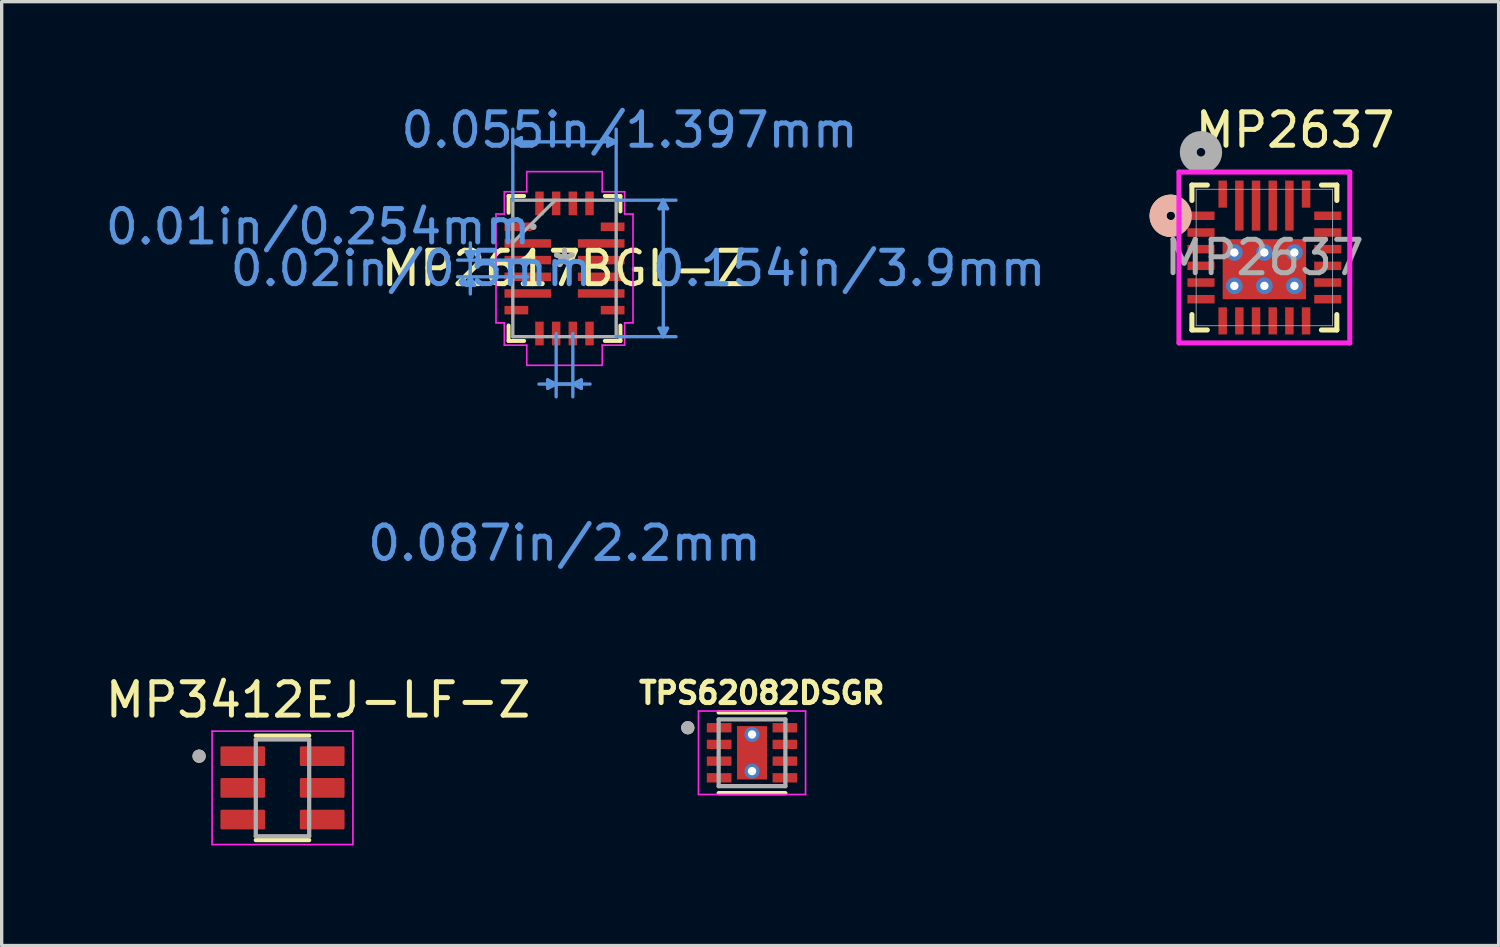
<source format=kicad_pcb>
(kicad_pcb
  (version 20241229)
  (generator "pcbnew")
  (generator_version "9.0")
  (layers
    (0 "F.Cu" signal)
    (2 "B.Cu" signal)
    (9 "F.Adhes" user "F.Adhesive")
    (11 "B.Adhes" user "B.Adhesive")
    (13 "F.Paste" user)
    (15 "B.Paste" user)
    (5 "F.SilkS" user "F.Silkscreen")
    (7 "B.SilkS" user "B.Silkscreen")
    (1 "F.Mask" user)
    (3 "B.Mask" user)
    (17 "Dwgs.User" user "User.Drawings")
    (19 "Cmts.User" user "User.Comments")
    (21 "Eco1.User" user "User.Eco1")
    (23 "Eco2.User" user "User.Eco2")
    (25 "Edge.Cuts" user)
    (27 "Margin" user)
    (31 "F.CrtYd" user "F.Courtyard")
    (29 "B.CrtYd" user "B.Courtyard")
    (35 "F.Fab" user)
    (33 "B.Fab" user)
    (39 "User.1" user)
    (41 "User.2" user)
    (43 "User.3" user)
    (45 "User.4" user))
  (footprint "TPS62082DSGR"
    (layer "F.Cu")
    (at 19.49 19.512)
    (property "Reference" "TPS62082DSGR" (at 0.292 -1.793 0) (layer "F.SilkS") (effects (font (size 0.64 0.64) (thickness 0.15))))
    (attr smd)
    (fp_line (start -1 -1.21) (end 1 -1.21) (stroke (width 0.127) (type solid)) (layer "F.SilkS"))
    (fp_line (start -1 1.21) (end 1 1.21) (stroke (width 0.127) (type solid)) (layer "F.SilkS"))
    (fp_circle (center -1.925 -0.75) (end -1.825 -0.75) (stroke (width 0.2) (type solid)) (fill no) (layer "F.SilkS"))
    (fp_poly (pts (xy -0.28 -0.51) (xy 0.28 -0.51) (xy 0.28 0.51) (xy -0.28 0.51)) (stroke (width 0.01) (type solid)) (fill yes) (layer "F.Paste"))
    (fp_line (start -1.605 -1.25) (end -1.605 1.25) (stroke (width 0.05) (type solid)) (layer "F.CrtYd"))
    (fp_line (start -1.605 -1.25) (end 1.605 -1.25) (stroke (width 0.05) (type solid)) (layer "F.CrtYd"))
    (fp_line (start -1.605 1.25) (end 1.605 1.25) (stroke (width 0.05) (type solid)) (layer "F.CrtYd"))
    (fp_line (start 1.605 -1.25) (end 1.605 1.25) (stroke (width 0.05) (type solid)) (layer "F.CrtYd"))
    (fp_line (start -1 -1) (end -1 1) (stroke (width 0.127) (type solid)) (layer "F.Fab"))
    (fp_line (start -1 -1) (end 1 -1) (stroke (width 0.127) (type solid)) (layer "F.Fab"))
    (fp_line (start -1 1) (end 1 1) (stroke (width 0.127) (type solid)) (layer "F.Fab"))
    (fp_line (start 1 -1) (end 1 1) (stroke (width 0.127) (type solid)) (layer "F.Fab"))
    (fp_circle (center -1.925 -0.75) (end -1.825 -0.75) (stroke (width 0.2) (type solid)) (fill no) (layer "F.Fab"))
    (pad "1" smd roundrect (at -0.985 -0.75) (size 0.74 0.28) (layers "F.Cu" "F.Mask" "F.Paste") (roundrect_rratio 0.04))
    (pad "2" smd roundrect (at -0.985 -0.25) (size 0.74 0.28) (layers "F.Cu" "F.Mask" "F.Paste") (roundrect_rratio 0.04))
    (pad "3" smd roundrect (at -0.985 0.25) (size 0.74 0.28) (layers "F.Cu" "F.Mask" "F.Paste") (roundrect_rratio 0.04))
    (pad "4" smd roundrect (at -0.985 0.75) (size 0.74 0.28) (layers "F.Cu" "F.Mask" "F.Paste") (roundrect_rratio 0.04))
    (pad "5" smd roundrect (at 0.985 0.75) (size 0.74 0.28) (layers "F.Cu" "F.Mask" "F.Paste") (roundrect_rratio 0.04))
    (pad "6" smd roundrect (at 0.985 0.25) (size 0.74 0.28) (layers "F.Cu" "F.Mask" "F.Paste") (roundrect_rratio 0.04))
    (pad "7" smd roundrect (at 0.985 -0.25) (size 0.74 0.28) (layers "F.Cu" "F.Mask" "F.Paste") (roundrect_rratio 0.04))
    (pad "8" smd roundrect (at 0.985 -0.75) (size 0.74 0.28) (layers "F.Cu" "F.Mask" "F.Paste") (roundrect_rratio 0.04))
    (pad "9" smd rect (at 0 0) (size 0.9 1.6) (layers "F.Cu" "F.Mask"))
    (pad "9_1" thru_hole circle (at 0 -0.55) (size 0.45 0.45) (drill 0.25) (layers "*.Cu"))
    (pad "9_2" thru_hole circle (at 0 0.55) (size 0.45 0.45) (drill 0.25) (layers "*.Cu")))
  (footprint "MP2637"
    (layer "F.Cu")
    (at 34.846 4.668)
    (property "Reference" "MP2637" (at 0.92 -3.82 0) (unlocked yes) (layer "F.SilkS") (effects (font (size 1 1) (thickness 0.15))))
    (attr smd)
    (fp_line (start -2.172 -2.172) (end -2.172 -1.71) (stroke (width 0.152) (type solid)) (layer "F.SilkS"))
    (fp_line (start -2.172 1.71) (end -2.172 2.172) (stroke (width 0.152) (type solid)) (layer "F.SilkS"))
    (fp_line (start -2.172 2.172) (end -1.71 2.172) (stroke (width 0.152) (type solid)) (layer "F.SilkS"))
    (fp_line (start -1.71 -2.172) (end -2.172 -2.172) (stroke (width 0.152) (type solid)) (layer "F.SilkS"))
    (fp_line (start 1.71 2.172) (end 2.172 2.172) (stroke (width 0.152) (type solid)) (layer "F.SilkS"))
    (fp_line (start 2.172 -2.172) (end 1.71 -2.172) (stroke (width 0.152) (type solid)) (layer "F.SilkS"))
    (fp_line (start 2.172 -1.71) (end 2.172 -2.172) (stroke (width 0.152) (type solid)) (layer "F.SilkS"))
    (fp_line (start 2.172 2.172) (end 2.172 1.71) (stroke (width 0.152) (type solid)) (layer "F.SilkS"))
    (fp_arc (start -2.816939 -0.869138) (mid -3.18629 -1.282753) (end -2.751548 -1.626987) (stroke (width 0.508) (type solid)) (layer "F.SilkS"))
    (fp_circle (center -2.807 -1.25) (end -2.426 -1.25) (stroke (width 0.508) (type solid)) (fill no) (layer "B.SilkS"))
    (fp_line (start -2.56 -2.56) (end -2.56 2.56) (stroke (width 0.152) (type solid)) (layer "F.CrtYd"))
    (fp_line (start -2.56 2.56) (end 2.56 2.56) (stroke (width 0.152) (type solid)) (layer "F.CrtYd"))
    (fp_line (start 2.56 -2.56) (end -2.56 -2.56) (stroke (width 0.152) (type solid)) (layer "F.CrtYd"))
    (fp_line (start 2.56 2.56) (end 2.56 -2.56) (stroke (width 0.152) (type solid)) (layer "F.CrtYd"))
    (fp_line (start -2.045 -2.045) (end -2.045 2.045) (stroke (width 0.025) (type solid)) (layer "F.Fab"))
    (fp_line (start -2.045 2.045) (end 2.045 2.045) (stroke (width 0.025) (type solid)) (layer "F.Fab"))
    (fp_line (start 2.045 -2.045) (end -2.045 -2.045) (stroke (width 0.025) (type solid)) (layer "F.Fab"))
    (fp_line (start 2.045 2.045) (end 2.045 -2.045) (stroke (width 0.025) (type solid)) (layer "F.Fab"))
    (fp_circle (center -1.9 -3.155) (end -1.519 -3.155) (stroke (width 0.508) (type solid)) (fill no) (layer "F.Fab"))
    (fp_text user "${REFERENCE}" (at 0 0 0) (unlocked yes) (layer "F.Fab") (effects (font (size 1 1) (thickness 0.15))))
    (pad "1" smd rect (at -1.9 -1.25) (size 0.813 0.254) (layers "F.Cu" "F.Mask" "F.Paste"))
    (pad "2" smd rect (at -1.9 -0.75) (size 0.813 0.254) (layers "F.Cu" "F.Mask" "F.Paste"))
    (pad "3" smd rect (at -1.9 -0.25) (size 0.813 0.254) (layers "F.Cu" "F.Mask" "F.Paste"))
    (pad "4" smd rect (at -1.9 0.25) (size 0.813 0.254) (layers "F.Cu" "F.Mask" "F.Paste"))
    (pad "5" smd rect (at -1.9 0.75) (size 0.813 0.254) (layers "F.Cu" "F.Mask" "F.Paste"))
    (pad "6" smd rect (at -1.9 1.25) (size 0.813 0.254) (layers "F.Cu" "F.Mask" "F.Paste"))
    (pad "7" smd rect (at -1.25 1.9) (size 0.254 0.813) (layers "F.Cu" "F.Mask" "F.Paste"))
    (pad "8" smd rect (at -0.75 1.9) (size 0.254 0.813) (layers "F.Cu" "F.Mask" "F.Paste"))
    (pad "9" smd rect (at -0.25 1.9) (size 0.254 0.813) (layers "F.Cu" "F.Mask" "F.Paste"))
    (pad "10" smd rect (at 0.25 1.9) (size 0.254 0.813) (layers "F.Cu" "F.Mask" "F.Paste"))
    (pad "11" smd rect (at 0.75 1.9) (size 0.254 0.813) (layers "F.Cu" "F.Mask" "F.Paste"))
    (pad "12" smd rect (at 1.25 1.9) (size 0.254 0.813) (layers "F.Cu" "F.Mask" "F.Paste"))
    (pad "13" smd rect (at 1.9 1.25) (size 0.813 0.254) (layers "F.Cu" "F.Mask" "F.Paste"))
    (pad "14" smd rect (at 1.9 0.75) (size 0.813 0.254) (layers "F.Cu" "F.Mask" "F.Paste"))
    (pad "15" smd rect (at 1.9 0.25) (size 0.813 0.254) (layers "F.Cu" "F.Mask" "F.Paste"))
    (pad "16" smd rect (at 1.9 -0.25) (size 0.813 0.254) (layers "F.Cu" "F.Mask" "F.Paste"))
    (pad "17" smd rect (at 1.9 -0.75) (size 0.813 0.254) (layers "F.Cu" "F.Mask" "F.Paste"))
    (pad "18" smd rect (at 1.9 -1.25) (size 0.813 0.254) (layers "F.Cu" "F.Mask" "F.Paste"))
    (pad "19" smd rect (at 1.25 -1.9) (size 0.254 0.813) (layers "F.Cu" "F.Mask" "F.Paste"))
    (pad "20" smd rect (at 0.75 -1.557) (size 0.254 1.499) (layers "F.Cu" "F.Mask" "F.Paste"))
    (pad "21" smd rect (at 0.25 -1.557) (size 0.254 1.499) (layers "F.Cu" "F.Mask" "F.Paste"))
    (pad "22" smd rect (at -0.25 -1.557) (size 0.254 1.499) (layers "F.Cu" "F.Mask" "F.Paste"))
    (pad "23" smd rect (at -0.75 -1.557) (size 0.254 1.499) (layers "F.Cu" "F.Mask" "F.Paste"))
    (pad "24" smd rect (at -1.25 -1.9) (size 0.254 0.813) (layers "F.Cu" "F.Mask" "F.Paste"))
    (pad "24" thru_hole circle (at -0.9 -0.15) (size 0.5 0.5) (drill 0.25) (layers "*.Cu" "*.Mask"))
    (pad "24" thru_hole circle (at -0.9 0.85) (size 0.5 0.5) (drill 0.25) (layers "*.Cu" "*.Mask"))
    (pad "24" thru_hole circle (at 0 -0.15) (size 0.5 0.5) (drill 0.25) (layers "*.Cu" "*.Mask"))
    (pad "24" smd custom (at 0 0.35) (size 2.5 1.8) (layers "F.Cu" "F.Mask") (options (anchor rect)) (primitives))
    (pad "24" thru_hole circle (at 0 0.85) (size 0.5 0.5) (drill 0.25) (layers "*.Cu" "*.Mask"))
    (pad "24" thru_hole circle (at 0.9 -0.15) (size 0.5 0.5) (drill 0.25) (layers "*.Cu" "*.Mask"))
    (pad "24" thru_hole circle (at 0.9 0.85) (size 0.5 0.5) (drill 0.25) (layers "*.Cu" "*.Mask")))
  (footprint "MP2617BGL-Z"
    (layer "F.Cu")
    (at 13.869 4.996)
    (property "Reference" "MP2617BGL-Z" (at 0 0 0) (layer "F.SilkS") (effects (font (size 1 1) (thickness 0.15))))
    (attr through_hole)
    (fp_line (start -1.676 -2.172) (end -1.676 -1.67) (stroke (width 0.12) (type solid)) (layer "F.SilkS"))
    (fp_line (start -1.676 1.71) (end -1.676 2.172) (stroke (width 0.12) (type solid)) (layer "F.SilkS"))
    (fp_line (start -1.676 2.172) (end -1.21 2.172) (stroke (width 0.12) (type solid)) (layer "F.SilkS"))
    (fp_line (start -1.21 -2.172) (end -1.676 -2.172) (stroke (width 0.12) (type solid)) (layer "F.SilkS"))
    (fp_line (start 1.21 2.172) (end 1.676 2.172) (stroke (width 0.12) (type solid)) (layer "F.SilkS"))
    (fp_line (start 1.676 -2.172) (end 1.21 -2.172) (stroke (width 0.12) (type solid)) (layer "F.SilkS"))
    (fp_line (start 1.676 -1.71) (end 1.676 -2.172) (stroke (width 0.12) (type solid)) (layer "F.SilkS"))
    (fp_line (start 1.676 2.172) (end 1.676 1.71) (stroke (width 0.12) (type solid)) (layer "F.SilkS"))
    (fp_line (start -2.949 -0.504) (end -2.822 -0.25) (stroke (width 0.1) (type solid)) (layer "Cmts.User"))
    (fp_line (start -2.949 0.504) (end -2.822 0.25) (stroke (width 0.1) (type solid)) (layer "Cmts.User"))
    (fp_line (start -2.949 0.504) (end -2.695 0.504) (stroke (width 0.1) (type solid)) (layer "Cmts.User"))
    (fp_line (start -2.822 -0.766) (end -2.822 0.25) (stroke (width 0.1) (type solid)) (layer "Cmts.User"))
    (fp_line (start -2.822 0.766) (end -2.822 -0.25) (stroke (width 0.1) (type solid)) (layer "Cmts.User"))
    (fp_line (start -2.695 -0.504) (end -2.949 -0.504) (stroke (width 0.1) (type solid)) (layer "Cmts.User"))
    (fp_line (start -2.695 -0.504) (end -2.822 -0.25) (stroke (width 0.1) (type solid)) (layer "Cmts.User"))
    (fp_line (start -2.695 0.504) (end -2.822 0.25) (stroke (width 0.1) (type solid)) (layer "Cmts.User"))
    (fp_line (start -1.549 -3.794) (end 1.549 -3.794) (stroke (width 0.1) (type solid)) (layer "Cmts.User"))
    (fp_line (start -1.549 -2.045) (end -1.549 -4.175) (stroke (width 0.1) (type solid)) (layer "Cmts.User"))
    (fp_line (start -1.295 -3.921) (end -1.549 -3.794) (stroke (width 0.1) (type solid)) (layer "Cmts.User"))
    (fp_line (start -1.295 -3.667) (end -1.549 -3.794) (stroke (width 0.1) (type solid)) (layer "Cmts.User"))
    (fp_line (start -1.295 -3.667) (end -1.295 -3.921) (stroke (width 0.1) (type solid)) (layer "Cmts.User"))
    (fp_line (start -1.1 -0.25) (end -3.203 -0.25) (stroke (width 0.1) (type solid)) (layer "Cmts.User"))
    (fp_line (start -1.1 0.25) (end -3.203 0.25) (stroke (width 0.1) (type solid)) (layer "Cmts.User"))
    (fp_line (start -0.766 3.466) (end 0.25 3.466) (stroke (width 0.1) (type solid)) (layer "Cmts.User"))
    (fp_line (start -0.504 3.593) (end -0.25 3.466) (stroke (width 0.1) (type solid)) (layer "Cmts.User"))
    (fp_line (start -0.504 3.339) (end -0.504 3.593) (stroke (width 0.1) (type solid)) (layer "Cmts.User"))
    (fp_line (start -0.504 3.339) (end -0.25 3.466) (stroke (width 0.1) (type solid)) (layer "Cmts.User"))
    (fp_line (start -0.25 1.95) (end -0.25 3.847) (stroke (width 0.1) (type solid)) (layer "Cmts.User"))
    (fp_line (start 0.25 1.95) (end 0.25 3.847) (stroke (width 0.1) (type solid)) (layer "Cmts.User"))
    (fp_line (start 0.504 3.593) (end 0.25 3.466) (stroke (width 0.1) (type solid)) (layer "Cmts.User"))
    (fp_line (start 0.504 3.593) (end 0.504 3.339) (stroke (width 0.1) (type solid)) (layer "Cmts.User"))
    (fp_line (start 0.504 3.339) (end 0.25 3.466) (stroke (width 0.1) (type solid)) (layer "Cmts.User"))
    (fp_line (start 0.766 3.466) (end -0.25 3.466) (stroke (width 0.1) (type solid)) (layer "Cmts.User"))
    (fp_line (start 1.295 -3.921) (end 1.295 -3.667) (stroke (width 0.1) (type solid)) (layer "Cmts.User"))
    (fp_line (start 1.295 -3.921) (end 1.549 -3.794) (stroke (width 0.1) (type solid)) (layer "Cmts.User"))
    (fp_line (start 1.295 -3.667) (end 1.549 -3.794) (stroke (width 0.1) (type solid)) (layer "Cmts.User"))
    (fp_line (start 1.549 -2.045) (end 1.549 -4.175) (stroke (width 0.1) (type solid)) (layer "Cmts.User"))
    (fp_line (start 1.549 -2.045) (end 3.342 -2.045) (stroke (width 0.1) (type solid)) (layer "Cmts.User"))
    (fp_line (start 1.549 2.045) (end 3.342 2.045) (stroke (width 0.1) (type solid)) (layer "Cmts.User"))
    (fp_line (start 2.834 1.791) (end 2.961 2.045) (stroke (width 0.1) (type solid)) (layer "Cmts.User"))
    (fp_line (start 2.834 -1.791) (end 2.961 -2.045) (stroke (width 0.1) (type solid)) (layer "Cmts.User"))
    (fp_line (start 2.834 -1.791) (end 3.088 -1.791) (stroke (width 0.1) (type solid)) (layer "Cmts.User"))
    (fp_line (start 2.961 -2.045) (end 2.961 2.045) (stroke (width 0.1) (type solid)) (layer "Cmts.User"))
    (fp_line (start 3.088 1.791) (end 2.834 1.791) (stroke (width 0.1) (type solid)) (layer "Cmts.User"))
    (fp_line (start 3.088 1.791) (end 2.961 2.045) (stroke (width 0.1) (type solid)) (layer "Cmts.User"))
    (fp_line (start 3.088 -1.791) (end 2.961 -2.045) (stroke (width 0.1) (type solid)) (layer "Cmts.User"))
    (fp_line (start -2.053 -1.631) (end -2.053 1.631) (stroke (width 0.05) (type solid)) (layer "F.CrtYd"))
    (fp_line (start -2.053 -1.631) (end -1.803 -1.631) (stroke (width 0.05) (type solid)) (layer "F.CrtYd"))
    (fp_line (start -2.053 1.631) (end -1.803 1.631) (stroke (width 0.05) (type solid)) (layer "F.CrtYd"))
    (fp_line (start -1.803 -2.299) (end -1.131 -2.299) (stroke (width 0.05) (type solid)) (layer "F.CrtYd"))
    (fp_line (start -1.803 -1.631) (end -1.803 -2.299) (stroke (width 0.05) (type solid)) (layer "F.CrtYd"))
    (fp_line (start -1.803 1.631) (end -1.803 2.299) (stroke (width 0.05) (type solid)) (layer "F.CrtYd"))
    (fp_line (start -1.131 -2.902) (end 1.131 -2.902) (stroke (width 0.05) (type solid)) (layer "F.CrtYd"))
    (fp_line (start -1.131 -2.299) (end -1.131 -2.902) (stroke (width 0.05) (type solid)) (layer "F.CrtYd"))
    (fp_line (start -1.131 2.299) (end -1.803 2.299) (stroke (width 0.05) (type solid)) (layer "F.CrtYd"))
    (fp_line (start -1.131 2.902) (end -1.131 2.299) (stroke (width 0.05) (type solid)) (layer "F.CrtYd"))
    (fp_line (start 1.131 -2.902) (end 1.131 -2.299) (stroke (width 0.05) (type solid)) (layer "F.CrtYd"))
    (fp_line (start 1.131 -2.299) (end 1.803 -2.299) (stroke (width 0.05) (type solid)) (layer "F.CrtYd"))
    (fp_line (start 1.131 2.299) (end 1.131 2.902) (stroke (width 0.05) (type solid)) (layer "F.CrtYd"))
    (fp_line (start 1.131 2.902) (end -1.131 2.902) (stroke (width 0.05) (type solid)) (layer "F.CrtYd"))
    (fp_line (start 1.803 -2.299) (end 1.803 -1.631) (stroke (width 0.05) (type solid)) (layer "F.CrtYd"))
    (fp_line (start 1.803 -1.631) (end 2.053 -1.631) (stroke (width 0.05) (type solid)) (layer "F.CrtYd"))
    (fp_line (start 1.803 1.631) (end 1.803 2.299) (stroke (width 0.05) (type solid)) (layer "F.CrtYd"))
    (fp_line (start 1.803 2.299) (end 1.131 2.299) (stroke (width 0.05) (type solid)) (layer "F.CrtYd"))
    (fp_line (start 2.053 -1.631) (end 2.053 1.631) (stroke (width 0.05) (type solid)) (layer "F.CrtYd"))
    (fp_line (start 2.053 1.631) (end 1.803 1.631) (stroke (width 0.05) (type solid)) (layer "F.CrtYd"))
    (fp_line (start -1.549 -2.045) (end -1.549 2.045) (stroke (width 0.1) (type solid)) (layer "F.Fab"))
    (fp_line (start -1.549 -0.775) (end -0.279 -2.045) (stroke (width 0.1) (type solid)) (layer "F.Fab"))
    (fp_line (start -1.549 2.045) (end 1.549 2.045) (stroke (width 0.1) (type solid)) (layer "F.Fab"))
    (fp_line (start 1.549 -2.045) (end -1.549 -2.045) (stroke (width 0.1) (type solid)) (layer "F.Fab"))
    (fp_line (start 1.549 2.045) (end 1.549 -2.045) (stroke (width 0.1) (type solid)) (layer "F.Fab"))
    (fp_circle (center -0.935 -1.25) (end -0.935 -1.25) (stroke (width 0.1) (type solid)) (fill no) (layer "F.Fab"))
    (fp_text user "*" (at 0 0 0) (layer "F.SilkS") (effects (font (size 1 1) (thickness 0.15))))
    (fp_text user "0.087in/2.2mm" (at 0 8.236 0) (layer "Cmts.User") (effects (font (size 1 1) (thickness 0.15))))
    (fp_text user "0.154in/3.9mm" (at 8.53 0 0) (layer "Cmts.User") (effects (font (size 1 1) (thickness 0.15))))
    (fp_text user "0.01in/0.254mm" (at -7.386 -1.25 0) (layer "Cmts.User") (effects (font (size 1 1) (thickness 0.15))))
    (fp_text user "Copyright 2021 Accelerated Designs. All rights reserved." (at 0 0 0) (layer "Cmts.User") (effects (font (size 0.127 0.127) (thickness 0.002))))
    (fp_text user "0.02in/0.5mm" (at -4.597 0 0) (layer "Cmts.User") (effects (font (size 1 1) (thickness 0.15))))
    (fp_text user "0.055in/1.397mm" (at 1.95 -4.148 0) (layer "Cmts.User") (effects (font (size 1 1) (thickness 0.15))))
    (fp_text user "*" (at 0 0 0) (layer "F.Fab") (effects (font (size 1 1) (thickness 0.15))))
    (pad "1" smd rect (at -1.392 -1.25) (size 0.813 0.254) (layers "F.Cu" "F.Mask" "F.Paste"))
    (pad "2" smd rect (at -1.1 -0.75) (size 1.397 0.254) (layers "F.Cu" "F.Mask" "F.Paste"))
    (pad "3" smd rect (at -1.1 -0.25) (size 1.397 0.254) (layers "F.Cu" "F.Mask" "F.Paste"))
    (pad "4" smd rect (at -1.1 0.25) (size 1.397 0.254) (layers "F.Cu" "F.Mask" "F.Paste"))
    (pad "5" smd rect (at -1.1 0.75) (size 1.397 0.254) (layers "F.Cu" "F.Mask" "F.Paste"))
    (pad "6" smd rect (at -1.443 1.25) (size 0.711 0.254) (layers "F.Cu" "F.Mask" "F.Paste"))
    (pad "7" smd rect (at -0.75 1.95 90) (size 0.711 0.254) (layers "F.Cu" "F.Mask" "F.Paste"))
    (pad "8" smd rect (at -0.25 1.95 90) (size 0.711 0.254) (layers "F.Cu" "F.Mask" "F.Paste"))
    (pad "9" smd rect (at 0.25 1.95 90) (size 0.711 0.254) (layers "F.Cu" "F.Mask" "F.Paste"))
    (pad "10" smd rect (at 0.75 1.95 90) (size 0.711 0.254) (layers "F.Cu" "F.Mask" "F.Paste"))
    (pad "11" smd rect (at 1.443 1.25) (size 0.711 0.254) (layers "F.Cu" "F.Mask" "F.Paste"))
    (pad "12" smd rect (at 1.1 0.75) (size 1.397 0.254) (layers "F.Cu" "F.Mask" "F.Paste"))
    (pad "13" smd rect (at 1.1 0.25) (size 1.397 0.254) (layers "F.Cu" "F.Mask" "F.Paste"))
    (pad "14" smd rect (at 1.1 -0.25) (size 1.397 0.254) (layers "F.Cu" "F.Mask" "F.Paste"))
    (pad "15" smd rect (at 1.1 -0.75) (size 1.397 0.254) (layers "F.Cu" "F.Mask" "F.Paste"))
    (pad "16" smd rect (at 1.443 -1.25) (size 0.711 0.254) (layers "F.Cu" "F.Mask" "F.Paste"))
    (pad "17" smd rect (at 0.75 -1.95 90) (size 0.711 0.254) (layers "F.Cu" "F.Mask" "F.Paste"))
    (pad "18" smd rect (at 0.25 -1.95 90) (size 0.711 0.254) (layers "F.Cu" "F.Mask" "F.Paste"))
    (pad "19" smd rect (at -0.25 -1.95 90) (size 0.711 0.254) (layers "F.Cu" "F.Mask" "F.Paste"))
    (pad "20" smd rect (at -0.75 -1.95 90) (size 0.711 0.254) (layers "F.Cu" "F.Mask" "F.Paste")))
  (footprint "MP3412EJ-LF-Z"
    (layer "F.Cu")
    (at 5.417 20.564)
    (property "Reference" "MP3412EJ-LF-Z" (at 1.065 -2.635 0) (layer "F.SilkS") (effects (font (size 1 1) (thickness 0.15))))
    (attr smd)
    (fp_line (start -0.8 -1.565) (end 0.8 -1.565) (stroke (width 0.127) (type solid)) (layer "F.SilkS"))
    (fp_line (start 0.8 1.565) (end -0.8 1.565) (stroke (width 0.127) (type solid)) (layer "F.SilkS"))
    (fp_circle (center -2.5 -0.95) (end -2.4 -0.95) (stroke (width 0.2) (type solid)) (fill no) (layer "F.SilkS"))
    (fp_line (start -2.11 -1.7) (end 2.11 -1.7) (stroke (width 0.05) (type solid)) (layer "F.CrtYd"))
    (fp_line (start -2.11 1.7) (end -2.11 -1.7) (stroke (width 0.05) (type solid)) (layer "F.CrtYd"))
    (fp_line (start 2.11 -1.7) (end 2.11 1.7) (stroke (width 0.05) (type solid)) (layer "F.CrtYd"))
    (fp_line (start 2.11 1.7) (end -2.11 1.7) (stroke (width 0.05) (type solid)) (layer "F.CrtYd"))
    (fp_line (start -0.8 -1.45) (end 0.8 -1.45) (stroke (width 0.127) (type solid)) (layer "F.Fab"))
    (fp_line (start -0.8 1.45) (end -0.8 -1.45) (stroke (width 0.127) (type solid)) (layer "F.Fab"))
    (fp_line (start 0.8 -1.45) (end 0.8 1.45) (stroke (width 0.127) (type solid)) (layer "F.Fab"))
    (fp_line (start 0.8 1.45) (end -0.8 1.45) (stroke (width 0.127) (type solid)) (layer "F.Fab"))
    (fp_circle (center -2.5 -0.95) (end -2.4 -0.95) (stroke (width 0.2) (type solid)) (fill no) (layer "F.Fab"))
    (pad "1" smd roundrect (at -1.19 -0.95) (size 1.34 0.59) (layers "F.Cu" "F.Mask" "F.Paste") (roundrect_rratio 0.07))
    (pad "2" smd roundrect (at -1.19 0) (size 1.34 0.59) (layers "F.Cu" "F.Mask" "F.Paste") (roundrect_rratio 0.07))
    (pad "3" smd roundrect (at -1.19 0.95) (size 1.34 0.59) (layers "F.Cu" "F.Mask" "F.Paste") (roundrect_rratio 0.07))
    (pad "4" smd roundrect (at 1.19 0.95) (size 1.34 0.59) (layers "F.Cu" "F.Mask" "F.Paste") (roundrect_rratio 0.07))
    (pad "5" smd roundrect (at 1.19 0) (size 1.34 0.59) (layers "F.Cu" "F.Mask" "F.Paste") (roundrect_rratio 0.07))
    (pad "6" smd roundrect (at 1.19 -0.95) (size 1.34 0.59) (layers "F.Cu" "F.Mask" "F.Paste") (roundrect_rratio 0.07)))
  (gr_rect
    (start -3 -3)
    (end 41.867 25.289)
    (stroke (width 0.1) (type default))
    (fill no)
    (layer "Edge.Cuts")))
</source>
